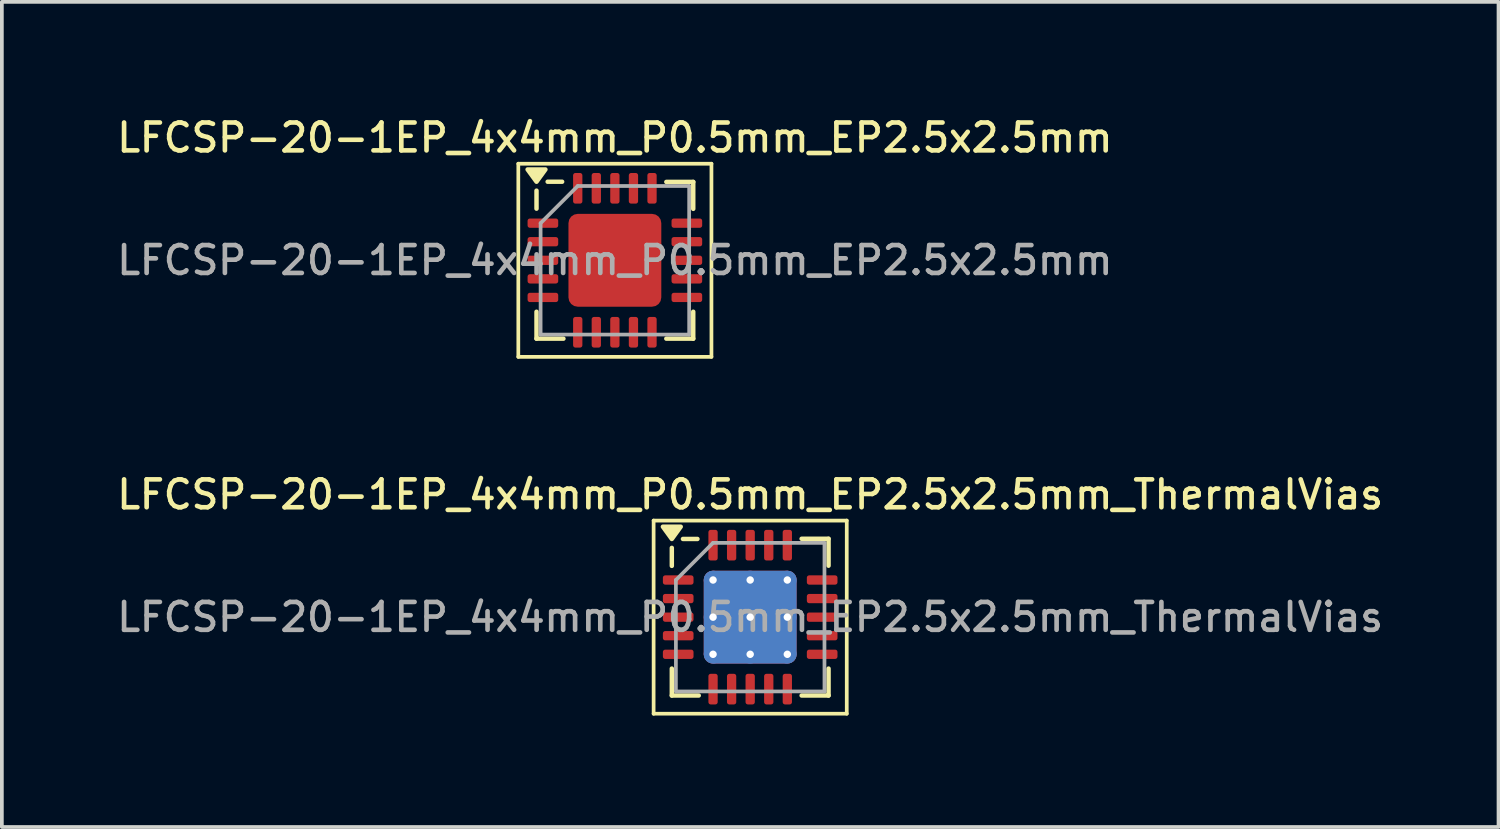
<source format=kicad_pcb>
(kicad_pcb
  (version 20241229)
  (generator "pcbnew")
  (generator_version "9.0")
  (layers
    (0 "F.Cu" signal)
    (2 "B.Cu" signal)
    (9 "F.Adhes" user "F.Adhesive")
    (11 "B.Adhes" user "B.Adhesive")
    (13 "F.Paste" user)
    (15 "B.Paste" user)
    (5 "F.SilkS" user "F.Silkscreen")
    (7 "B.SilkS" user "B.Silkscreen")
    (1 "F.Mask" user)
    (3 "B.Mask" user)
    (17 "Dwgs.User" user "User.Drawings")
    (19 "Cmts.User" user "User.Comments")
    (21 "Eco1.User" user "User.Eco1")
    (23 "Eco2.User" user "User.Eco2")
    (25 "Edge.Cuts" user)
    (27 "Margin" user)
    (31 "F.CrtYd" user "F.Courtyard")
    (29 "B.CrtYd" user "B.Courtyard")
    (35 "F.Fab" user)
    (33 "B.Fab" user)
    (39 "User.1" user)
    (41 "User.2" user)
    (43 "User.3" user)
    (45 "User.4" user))
  (footprint "LFCSP-20-1EP_4x4mm_P0.5mm_EP2.5x2.5mm"
    (layer "F.Cu")
    (at 13.505 3.958)
    (property "Reference" "LFCSP-20-1EP_4x4mm_P0.5mm_EP2.5x2.5mm" (at 0 -3.3 0) (layer "F.SilkS") (effects (font (size 0.75 0.75) (thickness 0.125))))
    (attr smd)
    (fp_line (start -2.6 -2.6) (end -2.6 2.6) (stroke (width 0.1) (type solid)) (layer "F.SilkS"))
    (fp_line (start -2.6 2.6) (end 2.6 2.6) (stroke (width 0.1) (type solid)) (layer "F.SilkS"))
    (fp_line (start -2.11 -1.39) (end -2.11 -1.875) (stroke (width 0.12) (type solid)) (layer "F.SilkS"))
    (fp_line (start -2.11 2.11) (end -2.11 1.385) (stroke (width 0.12) (type solid)) (layer "F.SilkS"))
    (fp_line (start -1.42 -2.115) (end -1.81 -2.115) (stroke (width 0.12) (type solid)) (layer "F.SilkS"))
    (fp_line (start -1.385 2.11) (end -2.11 2.11) (stroke (width 0.12) (type solid)) (layer "F.SilkS"))
    (fp_line (start 1.385 -2.11) (end 2.11 -2.11) (stroke (width 0.12) (type solid)) (layer "F.SilkS"))
    (fp_line (start 1.385 2.11) (end 2.11 2.11) (stroke (width 0.12) (type solid)) (layer "F.SilkS"))
    (fp_line (start 2.11 -2.11) (end 2.11 -1.385) (stroke (width 0.12) (type solid)) (layer "F.SilkS"))
    (fp_line (start 2.11 2.11) (end 2.11 1.385) (stroke (width 0.12) (type solid)) (layer "F.SilkS"))
    (fp_line (start 2.6 -2.6) (end -2.6 -2.6) (stroke (width 0.1) (type solid)) (layer "F.SilkS"))
    (fp_line (start 2.6 2.6) (end 2.6 -2.6) (stroke (width 0.1) (type solid)) (layer "F.SilkS"))
    (fp_poly (pts (xy -2.11 -2.115) (xy -2.35 -2.445) (xy -1.87 -2.445) (xy -2.11 -2.115)) (stroke (width 0.12) (type solid)) (fill yes) (layer "F.SilkS"))
    (fp_line (start -2 -1) (end -1 -2) (stroke (width 0.1) (type solid)) (layer "F.Fab"))
    (fp_line (start -2 2) (end -2 -1) (stroke (width 0.1) (type solid)) (layer "F.Fab"))
    (fp_line (start -1 -2) (end 2 -2) (stroke (width 0.1) (type solid)) (layer "F.Fab"))
    (fp_line (start 2 -2) (end 2 2) (stroke (width 0.1) (type solid)) (layer "F.Fab"))
    (fp_line (start 2 2) (end -2 2) (stroke (width 0.1) (type solid)) (layer "F.Fab"))
    (fp_text user "${REFERENCE}" (at 0 0 0) (layer "F.Fab") (effects (font (size 0.75 0.75) (thickness 0.125))))
    (pad "" smd roundrect (at -0.625 -0.625) (size 1.01 1.01) (layers "F.Paste") (roundrect_rratio 0.248))
    (pad "" smd roundrect (at -0.625 0.625) (size 1.01 1.01) (layers "F.Paste") (roundrect_rratio 0.248))
    (pad "" smd roundrect (at 0.625 -0.625) (size 1.01 1.01) (layers "F.Paste") (roundrect_rratio 0.248))
    (pad "" smd roundrect (at 0.625 0.625) (size 1.01 1.01) (layers "F.Paste") (roundrect_rratio 0.248))
    (pad "1" smd roundrect (at -1.938 -1) (size 0.825 0.25) (layers "F.Cu" "F.Mask" "F.Paste") (roundrect_rratio 0.25))
    (pad "2" smd roundrect (at -1.938 -0.5) (size 0.825 0.25) (layers "F.Cu" "F.Mask" "F.Paste") (roundrect_rratio 0.25))
    (pad "3" smd roundrect (at -1.938 0) (size 0.825 0.25) (layers "F.Cu" "F.Mask" "F.Paste") (roundrect_rratio 0.25))
    (pad "4" smd roundrect (at -1.938 0.5) (size 0.825 0.25) (layers "F.Cu" "F.Mask" "F.Paste") (roundrect_rratio 0.25))
    (pad "5" smd roundrect (at -1.938 1) (size 0.825 0.25) (layers "F.Cu" "F.Mask" "F.Paste") (roundrect_rratio 0.25))
    (pad "6" smd roundrect (at -1 1.938) (size 0.25 0.825) (layers "F.Cu" "F.Mask" "F.Paste") (roundrect_rratio 0.25))
    (pad "7" smd roundrect (at -0.5 1.938) (size 0.25 0.825) (layers "F.Cu" "F.Mask" "F.Paste") (roundrect_rratio 0.25))
    (pad "8" smd roundrect (at 0 1.938) (size 0.25 0.825) (layers "F.Cu" "F.Mask" "F.Paste") (roundrect_rratio 0.25))
    (pad "9" smd roundrect (at 0.5 1.938) (size 0.25 0.825) (layers "F.Cu" "F.Mask" "F.Paste") (roundrect_rratio 0.25))
    (pad "10" smd roundrect (at 1 1.938) (size 0.25 0.825) (layers "F.Cu" "F.Mask" "F.Paste") (roundrect_rratio 0.25))
    (pad "11" smd roundrect (at 1.938 1) (size 0.825 0.25) (layers "F.Cu" "F.Mask" "F.Paste") (roundrect_rratio 0.25))
    (pad "12" smd roundrect (at 1.938 0.5) (size 0.825 0.25) (layers "F.Cu" "F.Mask" "F.Paste") (roundrect_rratio 0.25))
    (pad "13" smd roundrect (at 1.938 0) (size 0.825 0.25) (layers "F.Cu" "F.Mask" "F.Paste") (roundrect_rratio 0.25))
    (pad "14" smd roundrect (at 1.938 -0.5) (size 0.825 0.25) (layers "F.Cu" "F.Mask" "F.Paste") (roundrect_rratio 0.25))
    (pad "15" smd roundrect (at 1.938 -1) (size 0.825 0.25) (layers "F.Cu" "F.Mask" "F.Paste") (roundrect_rratio 0.25))
    (pad "16" smd roundrect (at 1 -1.938) (size 0.25 0.825) (layers "F.Cu" "F.Mask" "F.Paste") (roundrect_rratio 0.25))
    (pad "17" smd roundrect (at 0.5 -1.938) (size 0.25 0.825) (layers "F.Cu" "F.Mask" "F.Paste") (roundrect_rratio 0.25))
    (pad "18" smd roundrect (at 0 -1.938) (size 0.25 0.825) (layers "F.Cu" "F.Mask" "F.Paste") (roundrect_rratio 0.25))
    (pad "19" smd roundrect (at -0.5 -1.938) (size 0.25 0.825) (layers "F.Cu" "F.Mask" "F.Paste") (roundrect_rratio 0.25))
    (pad "20" smd roundrect (at -1 -1.938) (size 0.25 0.825) (layers "F.Cu" "F.Mask" "F.Paste") (roundrect_rratio 0.25))
    (pad "21" smd roundrect (at 0 0) (size 2.5 2.5) (layers "F.Cu" "F.Mask") (roundrect_rratio 0.1)))
  (footprint "LFCSP-20-1EP_4x4mm_P0.5mm_EP2.5x2.5mm_ThermalVias"
    (layer "F.Cu")
    (at 17.148 13.566)
    (property "Reference" "LFCSP-20-1EP_4x4mm_P0.5mm_EP2.5x2.5mm_ThermalVias" (at 0 -3.3 0) (layer "F.SilkS") (effects (font (size 0.75 0.75) (thickness 0.125))))
    (attr smd)
    (fp_line (start -2.6 -2.6) (end -2.6 2.6) (stroke (width 0.1) (type solid)) (layer "F.SilkS"))
    (fp_line (start -2.6 2.6) (end 2.6 2.6) (stroke (width 0.1) (type solid)) (layer "F.SilkS"))
    (fp_line (start -2.11 -1.38) (end -2.11 -1.865) (stroke (width 0.12) (type solid)) (layer "F.SilkS"))
    (fp_line (start -2.11 2.11) (end -2.11 1.385) (stroke (width 0.12) (type solid)) (layer "F.SilkS"))
    (fp_line (start -1.42 -2.105) (end -1.81 -2.105) (stroke (width 0.12) (type solid)) (layer "F.SilkS"))
    (fp_line (start -1.385 2.11) (end -2.11 2.11) (stroke (width 0.12) (type solid)) (layer "F.SilkS"))
    (fp_line (start 1.385 -2.11) (end 2.11 -2.11) (stroke (width 0.12) (type solid)) (layer "F.SilkS"))
    (fp_line (start 1.385 2.11) (end 2.11 2.11) (stroke (width 0.12) (type solid)) (layer "F.SilkS"))
    (fp_line (start 2.11 -2.11) (end 2.11 -1.385) (stroke (width 0.12) (type solid)) (layer "F.SilkS"))
    (fp_line (start 2.11 2.11) (end 2.11 1.385) (stroke (width 0.12) (type solid)) (layer "F.SilkS"))
    (fp_line (start 2.6 -2.6) (end -2.6 -2.6) (stroke (width 0.1) (type solid)) (layer "F.SilkS"))
    (fp_line (start 2.6 2.6) (end 2.6 -2.6) (stroke (width 0.1) (type solid)) (layer "F.SilkS"))
    (fp_poly (pts (xy -2.11 -2.105) (xy -2.35 -2.435) (xy -1.87 -2.435) (xy -2.11 -2.105)) (stroke (width 0.12) (type solid)) (fill yes) (layer "F.SilkS"))
    (fp_line (start -2 -1) (end -1 -2) (stroke (width 0.1) (type solid)) (layer "F.Fab"))
    (fp_line (start -2 2) (end -2 -1) (stroke (width 0.1) (type solid)) (layer "F.Fab"))
    (fp_line (start -1 -2) (end 2 -2) (stroke (width 0.1) (type solid)) (layer "F.Fab"))
    (fp_line (start 2 -2) (end 2 2) (stroke (width 0.1) (type solid)) (layer "F.Fab"))
    (fp_line (start 2 2) (end -2 2) (stroke (width 0.1) (type solid)) (layer "F.Fab"))
    (fp_text user "${REFERENCE}" (at 0 0 0) (layer "F.Fab") (effects (font (size 0.75 0.75) (thickness 0.125))))
    (pad "" smd roundrect (at -0.625 -0.625) (size 1.08 1.08) (layers "F.Paste") (roundrect_rratio 0.231))
    (pad "" smd roundrect (at -0.625 0.625) (size 1.08 1.08) (layers "F.Paste") (roundrect_rratio 0.231))
    (pad "" smd roundrect (at 0.625 -0.625) (size 1.08 1.08) (layers "F.Paste") (roundrect_rratio 0.231))
    (pad "" smd roundrect (at 0.625 0.625) (size 1.08 1.08) (layers "F.Paste") (roundrect_rratio 0.231))
    (pad "1" smd roundrect (at -1.938 -1) (size 0.825 0.25) (layers "F.Cu" "F.Mask" "F.Paste") (roundrect_rratio 0.25))
    (pad "2" smd roundrect (at -1.938 -0.5) (size 0.825 0.25) (layers "F.Cu" "F.Mask" "F.Paste") (roundrect_rratio 0.25))
    (pad "3" smd roundrect (at -1.938 0) (size 0.825 0.25) (layers "F.Cu" "F.Mask" "F.Paste") (roundrect_rratio 0.25))
    (pad "4" smd roundrect (at -1.938 0.5) (size 0.825 0.25) (layers "F.Cu" "F.Mask" "F.Paste") (roundrect_rratio 0.25))
    (pad "5" smd roundrect (at -1.938 1) (size 0.825 0.25) (layers "F.Cu" "F.Mask" "F.Paste") (roundrect_rratio 0.25))
    (pad "6" smd roundrect (at -1 1.938) (size 0.25 0.825) (layers "F.Cu" "F.Mask" "F.Paste") (roundrect_rratio 0.25))
    (pad "7" smd roundrect (at -0.5 1.938) (size 0.25 0.825) (layers "F.Cu" "F.Mask" "F.Paste") (roundrect_rratio 0.25))
    (pad "8" smd roundrect (at 0 1.938) (size 0.25 0.825) (layers "F.Cu" "F.Mask" "F.Paste") (roundrect_rratio 0.25))
    (pad "9" smd roundrect (at 0.5 1.938) (size 0.25 0.825) (layers "F.Cu" "F.Mask" "F.Paste") (roundrect_rratio 0.25))
    (pad "10" smd roundrect (at 1 1.938) (size 0.25 0.825) (layers "F.Cu" "F.Mask" "F.Paste") (roundrect_rratio 0.25))
    (pad "11" smd roundrect (at 1.938 1) (size 0.825 0.25) (layers "F.Cu" "F.Mask" "F.Paste") (roundrect_rratio 0.25))
    (pad "12" smd roundrect (at 1.938 0.5) (size 0.825 0.25) (layers "F.Cu" "F.Mask" "F.Paste") (roundrect_rratio 0.25))
    (pad "13" smd roundrect (at 1.938 0) (size 0.825 0.25) (layers "F.Cu" "F.Mask" "F.Paste") (roundrect_rratio 0.25))
    (pad "14" smd roundrect (at 1.938 -0.5) (size 0.825 0.25) (layers "F.Cu" "F.Mask" "F.Paste") (roundrect_rratio 0.25))
    (pad "15" smd roundrect (at 1.938 -1) (size 0.825 0.25) (layers "F.Cu" "F.Mask" "F.Paste") (roundrect_rratio 0.25))
    (pad "16" smd roundrect (at 1 -1.938) (size 0.25 0.825) (layers "F.Cu" "F.Mask" "F.Paste") (roundrect_rratio 0.25))
    (pad "17" smd roundrect (at 0.5 -1.938) (size 0.25 0.825) (layers "F.Cu" "F.Mask" "F.Paste") (roundrect_rratio 0.25))
    (pad "18" smd roundrect (at 0 -1.938) (size 0.25 0.825) (layers "F.Cu" "F.Mask" "F.Paste") (roundrect_rratio 0.25))
    (pad "19" smd roundrect (at -0.5 -1.938) (size 0.25 0.825) (layers "F.Cu" "F.Mask" "F.Paste") (roundrect_rratio 0.25))
    (pad "20" smd roundrect (at -1 -1.938) (size 0.25 0.825) (layers "F.Cu" "F.Mask" "F.Paste") (roundrect_rratio 0.25))
    (pad "21" thru_hole circle (at -1 -1) (size 0.5 0.5) (drill 0.2) (layers "*.Cu"))
    (pad "21" thru_hole circle (at -1 0) (size 0.5 0.5) (drill 0.2) (layers "*.Cu"))
    (pad "21" thru_hole circle (at -1 1) (size 0.5 0.5) (drill 0.2) (layers "*.Cu"))
    (pad "21" thru_hole circle (at 0 -1) (size 0.5 0.5) (drill 0.2) (layers "*.Cu"))
    (pad "21" thru_hole circle (at 0 0) (size 0.5 0.5) (drill 0.2) (layers "*.Cu"))
    (pad "21" smd roundrect (at 0 0) (size 2.5 2.5) (layers "F.Cu" "F.Mask") (roundrect_rratio 0.1))
    (pad "21" smd roundrect (at 0 0) (size 2.5 2.5) (layers "B.Cu") (roundrect_rratio 0.1))
    (pad "21" thru_hole circle (at 0 1) (size 0.5 0.5) (drill 0.2) (layers "*.Cu"))
    (pad "21" thru_hole circle (at 1 -1) (size 0.5 0.5) (drill 0.2) (layers "*.Cu"))
    (pad "21" thru_hole circle (at 1 0) (size 0.5 0.5) (drill 0.2) (layers "*.Cu"))
    (pad "21" thru_hole circle (at 1 1) (size 0.5 0.5) (drill 0.2) (layers "*.Cu")))
  (gr_rect
    (start -3 -3)
    (end 37.296 19.216)
    (stroke (width 0.1) (type default))
    (fill no)
    (layer "Edge.Cuts")))
</source>
